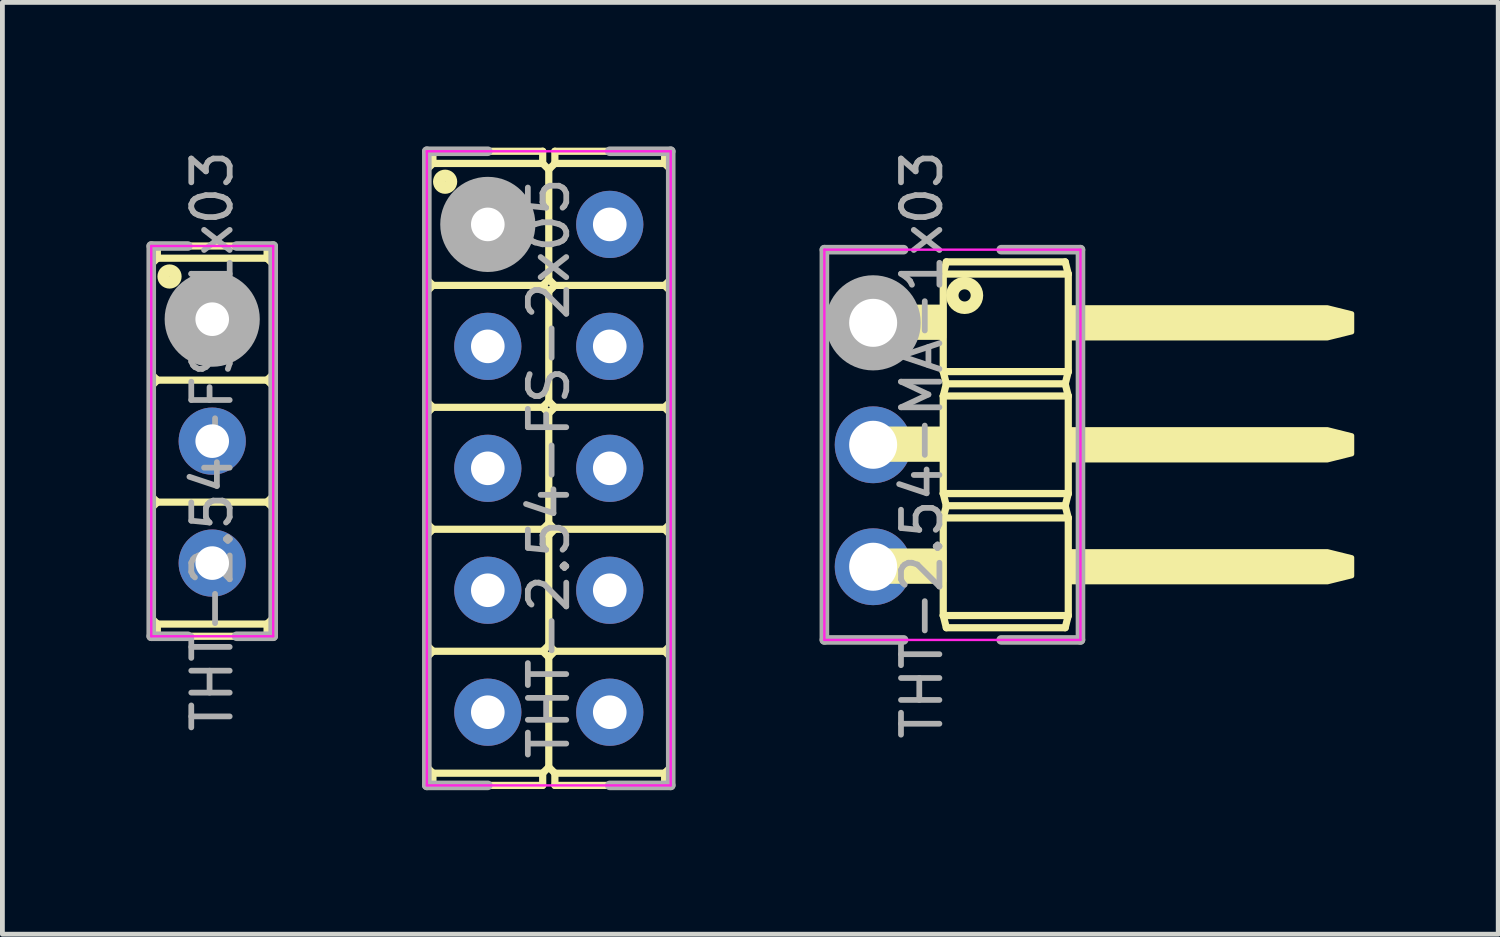
<source format=kicad_pcb>
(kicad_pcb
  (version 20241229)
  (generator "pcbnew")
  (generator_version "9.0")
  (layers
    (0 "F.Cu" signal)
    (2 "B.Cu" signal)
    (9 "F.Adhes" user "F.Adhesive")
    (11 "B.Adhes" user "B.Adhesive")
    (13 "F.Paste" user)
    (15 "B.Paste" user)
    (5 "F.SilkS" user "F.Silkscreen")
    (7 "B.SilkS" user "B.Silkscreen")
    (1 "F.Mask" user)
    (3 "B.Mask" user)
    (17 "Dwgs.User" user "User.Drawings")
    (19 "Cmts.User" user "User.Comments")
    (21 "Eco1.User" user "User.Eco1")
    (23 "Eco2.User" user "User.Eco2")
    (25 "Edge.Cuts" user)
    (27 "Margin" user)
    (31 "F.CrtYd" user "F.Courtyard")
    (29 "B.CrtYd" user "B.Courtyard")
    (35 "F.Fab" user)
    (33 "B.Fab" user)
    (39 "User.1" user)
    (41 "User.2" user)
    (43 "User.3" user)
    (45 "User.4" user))
  (footprint "THT-2.54-MA-1x03"
    (layer "F.Cu")
    (at 15.136 6.214)
    (property "Reference" "THT-2.54-MA-1x03" (at 1.016 0 270) (layer "F.Fab") (effects (font (size 0.8 0.8) (thickness 0.12))))
    (attr through_hole)
    (fp_line (start 1.46 -3.556) (end 1.46 -1.524) (stroke (width 0.15) (type solid)) (layer "F.SilkS"))
    (fp_line (start 1.46 -3.556) (end 4.064 -3.556) (stroke (width 0.15) (type solid)) (layer "F.SilkS"))
    (fp_line (start 1.46 -1.524) (end 1.524 -1.27) (stroke (width 0.15) (type solid)) (layer "F.SilkS"))
    (fp_line (start 1.46 -1.524) (end 4.064 -1.524) (stroke (width 0.15) (type solid)) (layer "F.SilkS"))
    (fp_line (start 1.46 -1.016) (end 1.46 1.016) (stroke (width 0.15) (type solid)) (layer "F.SilkS"))
    (fp_line (start 1.46 -1.016) (end 4.064 -1.016) (stroke (width 0.15) (type solid)) (layer "F.SilkS"))
    (fp_line (start 1.46 1.016) (end 1.524 1.27) (stroke (width 0.15) (type solid)) (layer "F.SilkS"))
    (fp_line (start 1.46 1.016) (end 4.064 1.016) (stroke (width 0.15) (type solid)) (layer "F.SilkS"))
    (fp_line (start 1.46 1.524) (end 1.46 3.556) (stroke (width 0.15) (type solid)) (layer "F.SilkS"))
    (fp_line (start 1.46 1.524) (end 4.064 1.524) (stroke (width 0.15) (type solid)) (layer "F.SilkS"))
    (fp_line (start 1.46 3.556) (end 1.524 3.81) (stroke (width 0.15) (type solid)) (layer "F.SilkS"))
    (fp_line (start 1.46 3.556) (end 4.064 3.556) (stroke (width 0.15) (type solid)) (layer "F.SilkS"))
    (fp_line (start 1.524 -3.81) (end 1.46 -3.556) (stroke (width 0.15) (type solid)) (layer "F.SilkS"))
    (fp_line (start 1.524 -3.81) (end 4 -3.81) (stroke (width 0.15) (type solid)) (layer "F.SilkS"))
    (fp_line (start 1.524 -1.27) (end 1.46 -1.016) (stroke (width 0.15) (type solid)) (layer "F.SilkS"))
    (fp_line (start 1.524 -1.27) (end 4 -1.27) (stroke (width 0.15) (type solid)) (layer "F.SilkS"))
    (fp_line (start 1.524 1.27) (end 1.46 1.524) (stroke (width 0.15) (type solid)) (layer "F.SilkS"))
    (fp_line (start 1.524 1.27) (end 4 1.27) (stroke (width 0.15) (type solid)) (layer "F.SilkS"))
    (fp_line (start 1.524 3.81) (end 4 3.81) (stroke (width 0.15) (type solid)) (layer "F.SilkS"))
    (fp_line (start 4 -3.81) (end 4.064 -3.556) (stroke (width 0.15) (type solid)) (layer "F.SilkS"))
    (fp_line (start 4 -1.27) (end 4.064 -1.016) (stroke (width 0.15) (type solid)) (layer "F.SilkS"))
    (fp_line (start 4 1.27) (end 4.064 1.524) (stroke (width 0.15) (type solid)) (layer "F.SilkS"))
    (fp_line (start 4.064 -1.524) (end 4 -1.27) (stroke (width 0.15) (type solid)) (layer "F.SilkS"))
    (fp_line (start 4.064 -1.524) (end 4.064 -3.556) (stroke (width 0.15) (type solid)) (layer "F.SilkS"))
    (fp_line (start 4.064 1.016) (end 4 1.27) (stroke (width 0.15) (type solid)) (layer "F.SilkS"))
    (fp_line (start 4.064 1.016) (end 4.064 -1.016) (stroke (width 0.15) (type solid)) (layer "F.SilkS"))
    (fp_line (start 4.064 3.556) (end 4 3.81) (stroke (width 0.15) (type solid)) (layer "F.SilkS"))
    (fp_line (start 4.064 3.556) (end 4.064 1.524) (stroke (width 0.15) (type solid)) (layer "F.SilkS"))
    (fp_circle (center 1.905 -3.111) (end 2.032 -3.111) (stroke (width 0.26) (type solid)) (fill no) (layer "F.SilkS"))
    (fp_poly (pts (xy -0.356 0.178) (xy -0.356 -0.203) (xy 0.025 -0.33) (xy 1.46 -0.33) (xy 1.46 0.305) (xy 0.025 0.305)) (stroke (width 0.1) (type solid)) (fill yes) (layer "F.SilkS"))
    (fp_poly (pts (xy -0.343 -2.362) (xy -0.343 -2.743) (xy 0.038 -2.87) (xy 1.473 -2.87) (xy 1.473 -2.235) (xy 0.038 -2.235)) (stroke (width 0.1) (type solid)) (fill yes) (layer "F.SilkS"))
    (fp_poly (pts (xy -0.343 2.718) (xy -0.343 2.337) (xy 0.038 2.21) (xy 1.473 2.21) (xy 1.473 2.845) (xy 0.038 2.845)) (stroke (width 0.1) (type solid)) (fill yes) (layer "F.SilkS"))
    (fp_poly (pts (xy 9.97 -2.731) (xy 9.97 -2.349) (xy 9.461 -2.223) (xy 4.064 -2.223) (xy 4.064 -2.857) (xy 9.461 -2.857)) (stroke (width 0.1) (type solid)) (fill yes) (layer "F.SilkS"))
    (fp_poly (pts (xy 9.97 -0.191) (xy 9.97 0.191) (xy 9.461 0.318) (xy 4.064 0.318) (xy 4.064 -0.318) (xy 9.461 -0.318)) (stroke (width 0.1) (type solid)) (fill yes) (layer "F.SilkS"))
    (fp_poly (pts (xy 9.97 2.349) (xy 9.97 2.731) (xy 9.461 2.857) (xy 4.064 2.857) (xy 4.064 2.223) (xy 9.461 2.223)) (stroke (width 0.1) (type solid)) (fill yes) (layer "F.SilkS"))
    (fp_line (start -1.016 -4.064) (end -1.016 4.064) (stroke (width 0.05) (type solid)) (layer "F.CrtYd"))
    (fp_line (start -1.016 -4.064) (end 4.318 -4.064) (stroke (width 0.05) (type solid)) (layer "F.CrtYd"))
    (fp_line (start -1.016 4.064) (end 4.318 4.064) (stroke (width 0.05) (type solid)) (layer "F.CrtYd"))
    (fp_line (start 4.318 -4.064) (end 4.318 4.064) (stroke (width 0.05) (type solid)) (layer "F.CrtYd"))
    (fp_line (start -1.016 -4.064) (end 0.635 -4.064) (stroke (width 0.2) (type solid)) (layer "F.Fab"))
    (fp_line (start -1.016 4.064) (end -1.016 -4.064) (stroke (width 0.2) (type solid)) (layer "F.Fab"))
    (fp_line (start -1.016 4.064) (end 0.635 4.064) (stroke (width 0.2) (type solid)) (layer "F.Fab"))
    (fp_line (start 2.667 -4.064) (end 4.318 -4.064) (stroke (width 0.2) (type solid)) (layer "F.Fab"))
    (fp_line (start 2.667 4.064) (end 4.318 4.064) (stroke (width 0.2) (type solid)) (layer "F.Fab"))
    (fp_line (start 4.318 4.064) (end 4.318 -4.064) (stroke (width 0.2) (type solid)) (layer "F.Fab"))
    (fp_circle (center 0 -2.54) (end 0 -2.349) (stroke (width 0.8) (type solid)) (fill no) (layer "F.Fab"))
    (pad "1" thru_hole circle (at 0 -2.54) (size 1.6 1.6) (drill 1) (layers "*.Cu" "*.Mask"))
    (pad "2" thru_hole circle (at 0 0) (size 1.6 1.6) (drill 1) (layers "*.Cu" "*.Mask"))
    (pad "3" thru_hole circle (at 0 2.54) (size 1.6 1.6) (drill 1) (layers "*.Cu" "*.Mask")))
  (footprint "THT-2.54-FS-2x05"
    (layer "F.Cu")
    (at 8.38 6.704)
    (property "Reference" "THT-2.54-FS-2x05" (at 0 0 90) (layer "F.Fab") (effects (font (size 0.8 0.8) (thickness 0.12))))
    (attr through_hole)
    (fp_line (start -2.54 -6.223) (end -2.413 -6.35) (stroke (width 0.15) (type solid)) (layer "F.SilkS"))
    (fp_line (start -2.54 -3.937) (end -2.54 -6.223) (stroke (width 0.15) (type solid)) (layer "F.SilkS"))
    (fp_line (start -2.54 -3.683) (end -2.413 -3.81) (stroke (width 0.15) (type solid)) (layer "F.SilkS"))
    (fp_line (start -2.54 -1.397) (end -2.54 -3.683) (stroke (width 0.15) (type solid)) (layer "F.SilkS"))
    (fp_line (start -2.54 -1.143) (end -2.413 -1.27) (stroke (width 0.15) (type solid)) (layer "F.SilkS"))
    (fp_line (start -2.54 1.143) (end -2.54 -1.143) (stroke (width 0.15) (type solid)) (layer "F.SilkS"))
    (fp_line (start -2.54 1.397) (end -2.413 1.27) (stroke (width 0.15) (type solid)) (layer "F.SilkS"))
    (fp_line (start -2.54 3.683) (end -2.54 1.397) (stroke (width 0.15) (type solid)) (layer "F.SilkS"))
    (fp_line (start -2.54 3.937) (end -2.413 3.81) (stroke (width 0.15) (type solid)) (layer "F.SilkS"))
    (fp_line (start -2.54 6.223) (end -2.54 3.937) (stroke (width 0.15) (type solid)) (layer "F.SilkS"))
    (fp_line (start -2.413 -6.604) (end -0.127 -6.604) (stroke (width 0.15) (type solid)) (layer "F.SilkS"))
    (fp_line (start -2.413 -6.35) (end -2.413 -6.604) (stroke (width 0.15) (type solid)) (layer "F.SilkS"))
    (fp_line (start -2.413 -3.81) (end -2.54 -3.937) (stroke (width 0.15) (type solid)) (layer "F.SilkS"))
    (fp_line (start -2.413 -1.27) (end -2.54 -1.397) (stroke (width 0.15) (type solid)) (layer "F.SilkS"))
    (fp_line (start -2.413 1.27) (end -2.54 1.143) (stroke (width 0.15) (type solid)) (layer "F.SilkS"))
    (fp_line (start -2.413 3.81) (end -2.54 3.683) (stroke (width 0.15) (type solid)) (layer "F.SilkS"))
    (fp_line (start -2.413 6.35) (end -2.54 6.223) (stroke (width 0.15) (type solid)) (layer "F.SilkS"))
    (fp_line (start -2.413 6.35) (end -2.413 6.604) (stroke (width 0.15) (type solid)) (layer "F.SilkS"))
    (fp_line (start -2.413 6.604) (end -0.127 6.604) (stroke (width 0.15) (type solid)) (layer "F.SilkS"))
    (fp_line (start -0.127 -6.604) (end -0.127 -6.35) (stroke (width 0.15) (type solid)) (layer "F.SilkS"))
    (fp_line (start -0.127 -6.35) (end -2.413 -6.35) (stroke (width 0.15) (type solid)) (layer "F.SilkS"))
    (fp_line (start -0.127 -3.81) (end -2.413 -3.81) (stroke (width 0.15) (type solid)) (layer "F.SilkS"))
    (fp_line (start -0.127 -1.27) (end -2.413 -1.27) (stroke (width 0.15) (type solid)) (layer "F.SilkS"))
    (fp_line (start -0.127 1.27) (end -2.413 1.27) (stroke (width 0.15) (type solid)) (layer "F.SilkS"))
    (fp_line (start -0.127 3.81) (end -2.413 3.81) (stroke (width 0.15) (type solid)) (layer "F.SilkS"))
    (fp_line (start -0.127 6.35) (end -2.413 6.35) (stroke (width 0.15) (type solid)) (layer "F.SilkS"))
    (fp_line (start -0.127 6.35) (end 0 6.223) (stroke (width 0.15) (type solid)) (layer "F.SilkS"))
    (fp_line (start -0.127 6.604) (end -0.127 6.35) (stroke (width 0.15) (type solid)) (layer "F.SilkS"))
    (fp_line (start 0 -6.223) (end -0.127 -6.35) (stroke (width 0.15) (type solid)) (layer "F.SilkS"))
    (fp_line (start 0 -6.223) (end 0.127 -6.35) (stroke (width 0.15) (type solid)) (layer "F.SilkS"))
    (fp_line (start 0 -3.937) (end -0.127 -3.81) (stroke (width 0.15) (type solid)) (layer "F.SilkS"))
    (fp_line (start 0 -3.937) (end 0 -6.223) (stroke (width 0.15) (type solid)) (layer "F.SilkS"))
    (fp_line (start 0 -3.937) (end 0.127 -3.81) (stroke (width 0.15) (type solid)) (layer "F.SilkS"))
    (fp_line (start 0 -3.683) (end -0.127 -3.81) (stroke (width 0.15) (type solid)) (layer "F.SilkS"))
    (fp_line (start 0 -3.683) (end 0.127 -3.81) (stroke (width 0.15) (type solid)) (layer "F.SilkS"))
    (fp_line (start 0 -1.397) (end -0.127 -1.27) (stroke (width 0.15) (type solid)) (layer "F.SilkS"))
    (fp_line (start 0 -1.397) (end 0 -3.683) (stroke (width 0.15) (type solid)) (layer "F.SilkS"))
    (fp_line (start 0 -1.397) (end 0.127 -1.27) (stroke (width 0.15) (type solid)) (layer "F.SilkS"))
    (fp_line (start 0 -1.143) (end -0.127 -1.27) (stroke (width 0.15) (type solid)) (layer "F.SilkS"))
    (fp_line (start 0 -1.143) (end 0.127 -1.27) (stroke (width 0.15) (type solid)) (layer "F.SilkS"))
    (fp_line (start 0 1.143) (end -0.127 1.27) (stroke (width 0.15) (type solid)) (layer "F.SilkS"))
    (fp_line (start 0 1.143) (end 0 -1.143) (stroke (width 0.15) (type solid)) (layer "F.SilkS"))
    (fp_line (start 0 1.143) (end 0.127 1.27) (stroke (width 0.15) (type solid)) (layer "F.SilkS"))
    (fp_line (start 0 1.397) (end -0.127 1.27) (stroke (width 0.15) (type solid)) (layer "F.SilkS"))
    (fp_line (start 0 1.397) (end 0.127 1.27) (stroke (width 0.15) (type solid)) (layer "F.SilkS"))
    (fp_line (start 0 3.683) (end -0.127 3.81) (stroke (width 0.15) (type solid)) (layer "F.SilkS"))
    (fp_line (start 0 3.683) (end 0 1.397) (stroke (width 0.15) (type solid)) (layer "F.SilkS"))
    (fp_line (start 0 3.683) (end 0.127 3.81) (stroke (width 0.15) (type solid)) (layer "F.SilkS"))
    (fp_line (start 0 3.937) (end -0.127 3.81) (stroke (width 0.15) (type solid)) (layer "F.SilkS"))
    (fp_line (start 0 3.937) (end 0.127 3.81) (stroke (width 0.15) (type solid)) (layer "F.SilkS"))
    (fp_line (start 0 6.223) (end 0 3.937) (stroke (width 0.15) (type solid)) (layer "F.SilkS"))
    (fp_line (start 0.127 -6.604) (end 2.413 -6.604) (stroke (width 0.15) (type solid)) (layer "F.SilkS"))
    (fp_line (start 0.127 -6.35) (end 0.127 -6.604) (stroke (width 0.15) (type solid)) (layer "F.SilkS"))
    (fp_line (start 0.127 -3.81) (end 2.413 -3.81) (stroke (width 0.15) (type solid)) (layer "F.SilkS"))
    (fp_line (start 0.127 -1.27) (end 2.413 -1.27) (stroke (width 0.15) (type solid)) (layer "F.SilkS"))
    (fp_line (start 0.127 1.27) (end 2.413 1.27) (stroke (width 0.15) (type solid)) (layer "F.SilkS"))
    (fp_line (start 0.127 3.81) (end 2.413 3.81) (stroke (width 0.15) (type solid)) (layer "F.SilkS"))
    (fp_line (start 0.127 6.35) (end 0 6.223) (stroke (width 0.15) (type solid)) (layer "F.SilkS"))
    (fp_line (start 0.127 6.35) (end 2.413 6.35) (stroke (width 0.15) (type solid)) (layer "F.SilkS"))
    (fp_line (start 0.127 6.604) (end 0.127 6.35) (stroke (width 0.15) (type solid)) (layer "F.SilkS"))
    (fp_line (start 0.127 6.604) (end 2.413 6.604) (stroke (width 0.15) (type solid)) (layer "F.SilkS"))
    (fp_line (start 2.413 -6.604) (end 2.413 -6.35) (stroke (width 0.15) (type solid)) (layer "F.SilkS"))
    (fp_line (start 2.413 -6.35) (end 0.127 -6.35) (stroke (width 0.15) (type solid)) (layer "F.SilkS"))
    (fp_line (start 2.413 -3.81) (end 2.54 -3.937) (stroke (width 0.15) (type solid)) (layer "F.SilkS"))
    (fp_line (start 2.413 -1.27) (end 2.54 -1.397) (stroke (width 0.15) (type solid)) (layer "F.SilkS"))
    (fp_line (start 2.413 1.27) (end 2.54 1.143) (stroke (width 0.15) (type solid)) (layer "F.SilkS"))
    (fp_line (start 2.413 3.81) (end 2.54 3.683) (stroke (width 0.15) (type solid)) (layer "F.SilkS"))
    (fp_line (start 2.413 6.35) (end 2.54 6.223) (stroke (width 0.15) (type solid)) (layer "F.SilkS"))
    (fp_line (start 2.413 6.604) (end 2.413 6.35) (stroke (width 0.15) (type solid)) (layer "F.SilkS"))
    (fp_line (start 2.54 -6.223) (end 2.413 -6.35) (stroke (width 0.15) (type solid)) (layer "F.SilkS"))
    (fp_line (start 2.54 -3.937) (end 2.54 -6.223) (stroke (width 0.15) (type solid)) (layer "F.SilkS"))
    (fp_line (start 2.54 -3.683) (end 2.413 -3.81) (stroke (width 0.15) (type solid)) (layer "F.SilkS"))
    (fp_line (start 2.54 -1.397) (end 2.54 -3.683) (stroke (width 0.15) (type solid)) (layer "F.SilkS"))
    (fp_line (start 2.54 -1.143) (end 2.413 -1.27) (stroke (width 0.15) (type solid)) (layer "F.SilkS"))
    (fp_line (start 2.54 1.143) (end 2.54 -1.143) (stroke (width 0.15) (type solid)) (layer "F.SilkS"))
    (fp_line (start 2.54 1.397) (end 2.413 1.27) (stroke (width 0.15) (type solid)) (layer "F.SilkS"))
    (fp_line (start 2.54 3.683) (end 2.54 1.397) (stroke (width 0.15) (type solid)) (layer "F.SilkS"))
    (fp_line (start 2.54 3.937) (end 2.413 3.81) (stroke (width 0.15) (type solid)) (layer "F.SilkS"))
    (fp_line (start 2.54 6.223) (end 2.54 3.937) (stroke (width 0.15) (type solid)) (layer "F.SilkS"))
    (fp_circle (center -2.159 -5.969) (end -2.032 -5.969) (stroke (width 0.25) (type solid)) (fill no) (layer "F.SilkS"))
    (fp_line (start -2.54 -6.604) (end -2.54 6.604) (stroke (width 0.05) (type solid)) (layer "F.CrtYd"))
    (fp_line (start -2.54 -6.604) (end 2.54 -6.604) (stroke (width 0.05) (type solid)) (layer "F.CrtYd"))
    (fp_line (start -2.54 6.604) (end 2.54 6.604) (stroke (width 0.05) (type solid)) (layer "F.CrtYd"))
    (fp_line (start 2.54 -6.604) (end 2.54 6.604) (stroke (width 0.05) (type solid)) (layer "F.CrtYd"))
    (fp_line (start -2.54 6.604) (end -2.54 -6.604) (stroke (width 0.2) (type solid)) (layer "F.Fab"))
    (fp_line (start -1.27 -6.604) (end -2.54 -6.604) (stroke (width 0.2) (type solid)) (layer "F.Fab"))
    (fp_line (start -1.27 6.604) (end -2.54 6.604) (stroke (width 0.2) (type solid)) (layer "F.Fab"))
    (fp_line (start 2.54 -6.604) (end 1.27 -6.604) (stroke (width 0.2) (type solid)) (layer "F.Fab"))
    (fp_line (start 2.54 6.604) (end 1.27 6.604) (stroke (width 0.2) (type solid)) (layer "F.Fab"))
    (fp_line (start 2.54 6.604) (end 2.54 -6.604) (stroke (width 0.2) (type solid)) (layer "F.Fab"))
    (fp_circle (center -1.27 -5.08) (end -1.27 -4.889) (stroke (width 0.8) (type solid)) (fill no) (layer "F.Fab"))
    (pad "1" thru_hole circle (at -1.27 -5.08) (size 1.4 1.4) (drill 0.7) (layers "*.Cu" "*.Mask"))
    (pad "2" thru_hole circle (at 1.27 -5.08) (size 1.4 1.4) (drill 0.7) (layers "*.Cu" "*.Mask"))
    (pad "3" thru_hole circle (at -1.27 -2.54) (size 1.4 1.4) (drill 0.7) (layers "*.Cu" "*.Mask"))
    (pad "4" thru_hole circle (at 1.27 -2.54) (size 1.4 1.4) (drill 0.7) (layers "*.Cu" "*.Mask"))
    (pad "5" thru_hole circle (at -1.27 0) (size 1.4 1.4) (drill 0.7) (layers "*.Cu" "*.Mask"))
    (pad "6" thru_hole circle (at 1.27 0) (size 1.4 1.4) (drill 0.7) (layers "*.Cu" "*.Mask"))
    (pad "7" thru_hole circle (at -1.27 2.54) (size 1.4 1.4) (drill 0.7) (layers "*.Cu" "*.Mask"))
    (pad "8" thru_hole circle (at 1.27 2.54) (size 1.4 1.4) (drill 0.7) (layers "*.Cu" "*.Mask"))
    (pad "9" thru_hole circle (at -1.27 5.08) (size 1.4 1.4) (drill 0.7) (layers "*.Cu" "*.Mask"))
    (pad "10" thru_hole circle (at 1.27 5.08) (size 1.4 1.4) (drill 0.7) (layers "*.Cu" "*.Mask")))
  (footprint "THT-2.54-FS-1x03"
    (layer "F.Cu")
    (at 1.37 6.138)
    (property "Reference" "THT-2.54-FS-1x03" (at 0 0 90) (layer "F.Fab") (effects (font (size 0.8 0.8) (thickness 0.12))))
    (attr through_hole)
    (fp_line (start -1.27 -3.683) (end -1.143 -3.81) (stroke (width 0.15) (type solid)) (layer "F.SilkS"))
    (fp_line (start -1.27 -1.397) (end -1.27 -3.683) (stroke (width 0.15) (type solid)) (layer "F.SilkS"))
    (fp_line (start -1.27 -1.143) (end -1.143 -1.27) (stroke (width 0.15) (type solid)) (layer "F.SilkS"))
    (fp_line (start -1.27 1.143) (end -1.27 -1.143) (stroke (width 0.15) (type solid)) (layer "F.SilkS"))
    (fp_line (start -1.27 1.397) (end -1.143 1.27) (stroke (width 0.15) (type solid)) (layer "F.SilkS"))
    (fp_line (start -1.27 3.683) (end -1.27 1.397) (stroke (width 0.15) (type solid)) (layer "F.SilkS"))
    (fp_line (start -1.143 -4.064) (end 1.143 -4.064) (stroke (width 0.15) (type solid)) (layer "F.SilkS"))
    (fp_line (start -1.143 -3.81) (end -1.143 -4.064) (stroke (width 0.15) (type solid)) (layer "F.SilkS"))
    (fp_line (start -1.143 -1.27) (end -1.27 -1.397) (stroke (width 0.15) (type solid)) (layer "F.SilkS"))
    (fp_line (start -1.143 1.27) (end -1.27 1.143) (stroke (width 0.15) (type solid)) (layer "F.SilkS"))
    (fp_line (start -1.143 3.81) (end -1.27 3.683) (stroke (width 0.15) (type solid)) (layer "F.SilkS"))
    (fp_line (start -1.143 3.81) (end -1.143 4.064) (stroke (width 0.15) (type solid)) (layer "F.SilkS"))
    (fp_line (start -1.143 4.064) (end 1.143 4.064) (stroke (width 0.15) (type solid)) (layer "F.SilkS"))
    (fp_line (start 1.143 -4.064) (end 1.143 -3.81) (stroke (width 0.15) (type solid)) (layer "F.SilkS"))
    (fp_line (start 1.143 -3.81) (end -1.143 -3.81) (stroke (width 0.15) (type solid)) (layer "F.SilkS"))
    (fp_line (start 1.143 -1.27) (end -1.143 -1.27) (stroke (width 0.15) (type solid)) (layer "F.SilkS"))
    (fp_line (start 1.143 1.27) (end -1.143 1.27) (stroke (width 0.15) (type solid)) (layer "F.SilkS"))
    (fp_line (start 1.143 3.81) (end -1.143 3.81) (stroke (width 0.15) (type solid)) (layer "F.SilkS"))
    (fp_line (start 1.143 4.064) (end 1.143 3.81) (stroke (width 0.15) (type solid)) (layer "F.SilkS"))
    (fp_line (start 1.27 -3.683) (end 1.143 -3.81) (stroke (width 0.15) (type solid)) (layer "F.SilkS"))
    (fp_line (start 1.27 -1.397) (end 1.143 -1.27) (stroke (width 0.15) (type solid)) (layer "F.SilkS"))
    (fp_line (start 1.27 -1.397) (end 1.27 -3.683) (stroke (width 0.15) (type solid)) (layer "F.SilkS"))
    (fp_line (start 1.27 -1.143) (end 1.143 -1.27) (stroke (width 0.15) (type solid)) (layer "F.SilkS"))
    (fp_line (start 1.27 1.143) (end 1.143 1.27) (stroke (width 0.15) (type solid)) (layer "F.SilkS"))
    (fp_line (start 1.27 1.143) (end 1.27 -1.143) (stroke (width 0.15) (type solid)) (layer "F.SilkS"))
    (fp_line (start 1.27 1.397) (end 1.143 1.27) (stroke (width 0.15) (type solid)) (layer "F.SilkS"))
    (fp_line (start 1.27 3.683) (end 1.143 3.81) (stroke (width 0.15) (type solid)) (layer "F.SilkS"))
    (fp_line (start 1.27 3.683) (end 1.27 1.397) (stroke (width 0.15) (type solid)) (layer "F.SilkS"))
    (fp_circle (center -0.889 -3.429) (end -0.762 -3.429) (stroke (width 0.25) (type solid)) (fill no) (layer "F.SilkS"))
    (fp_line (start -1.27 -4.064) (end 1.27 -4.064) (stroke (width 0.05) (type solid)) (layer "F.CrtYd"))
    (fp_line (start -1.27 4.064) (end -1.27 -4.064) (stroke (width 0.05) (type solid)) (layer "F.CrtYd"))
    (fp_line (start 1.27 -4.064) (end 1.27 4.064) (stroke (width 0.05) (type solid)) (layer "F.CrtYd"))
    (fp_line (start 1.27 4.064) (end -1.27 4.064) (stroke (width 0.05) (type solid)) (layer "F.CrtYd"))
    (fp_line (start -1.27 -4.064) (end -1.27 4.064) (stroke (width 0.2) (type solid)) (layer "F.Fab"))
    (fp_line (start -0.508 -4.064) (end -1.27 -4.064) (stroke (width 0.2) (type solid)) (layer "F.Fab"))
    (fp_line (start -0.508 4.064) (end -1.27 4.064) (stroke (width 0.2) (type solid)) (layer "F.Fab"))
    (fp_line (start 1.27 -4.064) (end 0.508 -4.064) (stroke (width 0.2) (type solid)) (layer "F.Fab"))
    (fp_line (start 1.27 4.064) (end 0.508 4.064) (stroke (width 0.2) (type solid)) (layer "F.Fab"))
    (fp_line (start 1.27 4.064) (end 1.27 -4.064) (stroke (width 0.2) (type solid)) (layer "F.Fab"))
    (fp_circle (center 0 -2.54) (end 0 -2.349) (stroke (width 0.8) (type solid)) (fill no) (layer "F.Fab"))
    (pad "1" thru_hole circle (at 0 -2.54) (size 1.4 1.4) (drill 0.7) (layers "*.Cu" "*.Mask"))
    (pad "2" thru_hole circle (at 0 0) (size 1.4 1.4) (drill 0.7) (layers "*.Cu" "*.Mask"))
    (pad "3" thru_hole circle (at 0 2.54) (size 1.4 1.4) (drill 0.7) (layers "*.Cu" "*.Mask")))
  (gr_rect
    (start -3 -3)
    (end 28.155 16.408)
    (stroke (width 0.1) (type default))
    (fill no)
    (layer "Edge.Cuts")))
</source>
